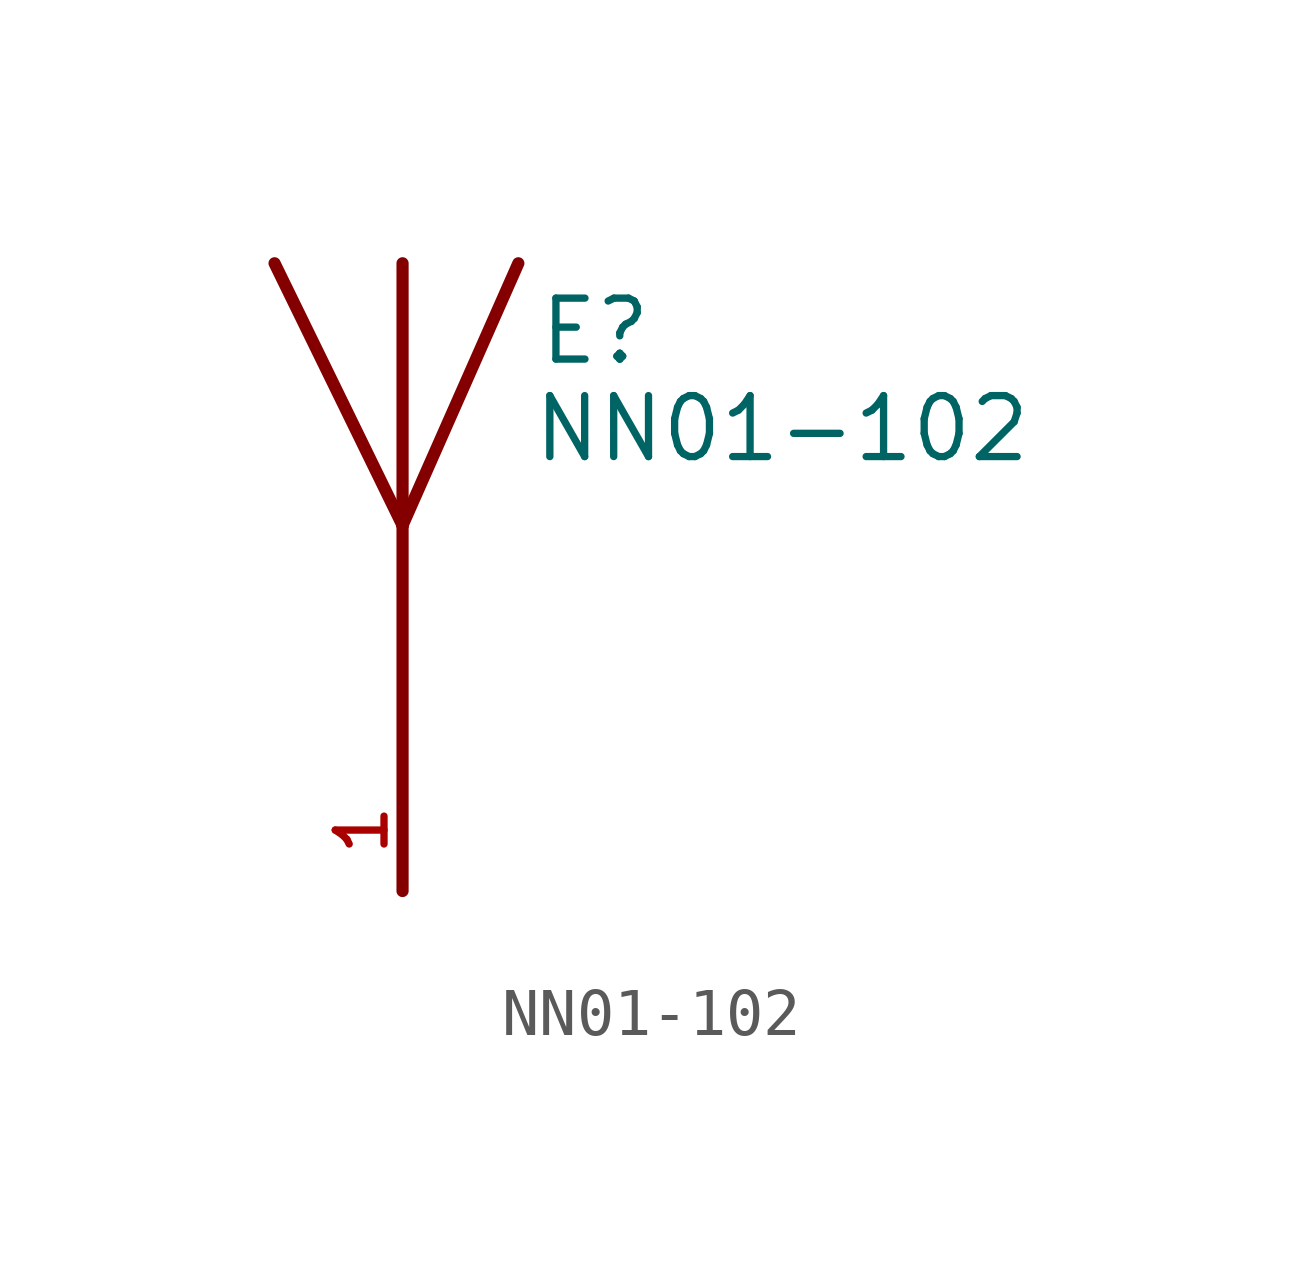
<source format=kicad_sym>
(kicad_symbol_lib
  (version 20211014)
  (generator kicad_symbol_editor)
  (symbol "NN01-102"
    (pin_names
      (offset 1.016) hide)
    (property "Reference" "E"
      (at 2.794 5.842 0)
      (effects (font (size 1.27 1.27)) (justify left bottom)))
    (property "Value" "NN01-102"
      (at 2.667 3.81 0)
      (effects (font (size 1.27 1.27)) (justify left bottom)))
    (property "ki_locked" ""
      (at 0 0 0)
      (effects (font (size 1.27 1.27))))
    (symbol "NN01-102_0_0"
      (polyline (pts (xy 0 2.54) (xy -2.667 8.001)) (stroke (width 0.254) (type default) (color 0 0 0 0)) (fill (type none)))
      (polyline (pts (xy 0 2.54) (xy 0 -5.08)) (stroke (width 0.254) (type default) (color 0 0 0 0)) (fill (type none)))
      (polyline (pts (xy 0 8.001) (xy 0 2.54)) (stroke (width 0.254) (type default) (color 0 0 0 0)) (fill (type none)))
      (polyline (pts (xy 2.413 8.001) (xy 0 2.54)) (stroke (width 0.254) (type default) (color 0 0 0 0)) (fill (type none)))
      (pin input line (at 0 -5.08 90) (length 2.54) (name "~" (effects (font (size 1.016 1.016)))) (number "1" (effects (font (size 1.016 1.016))))))))
</source>
